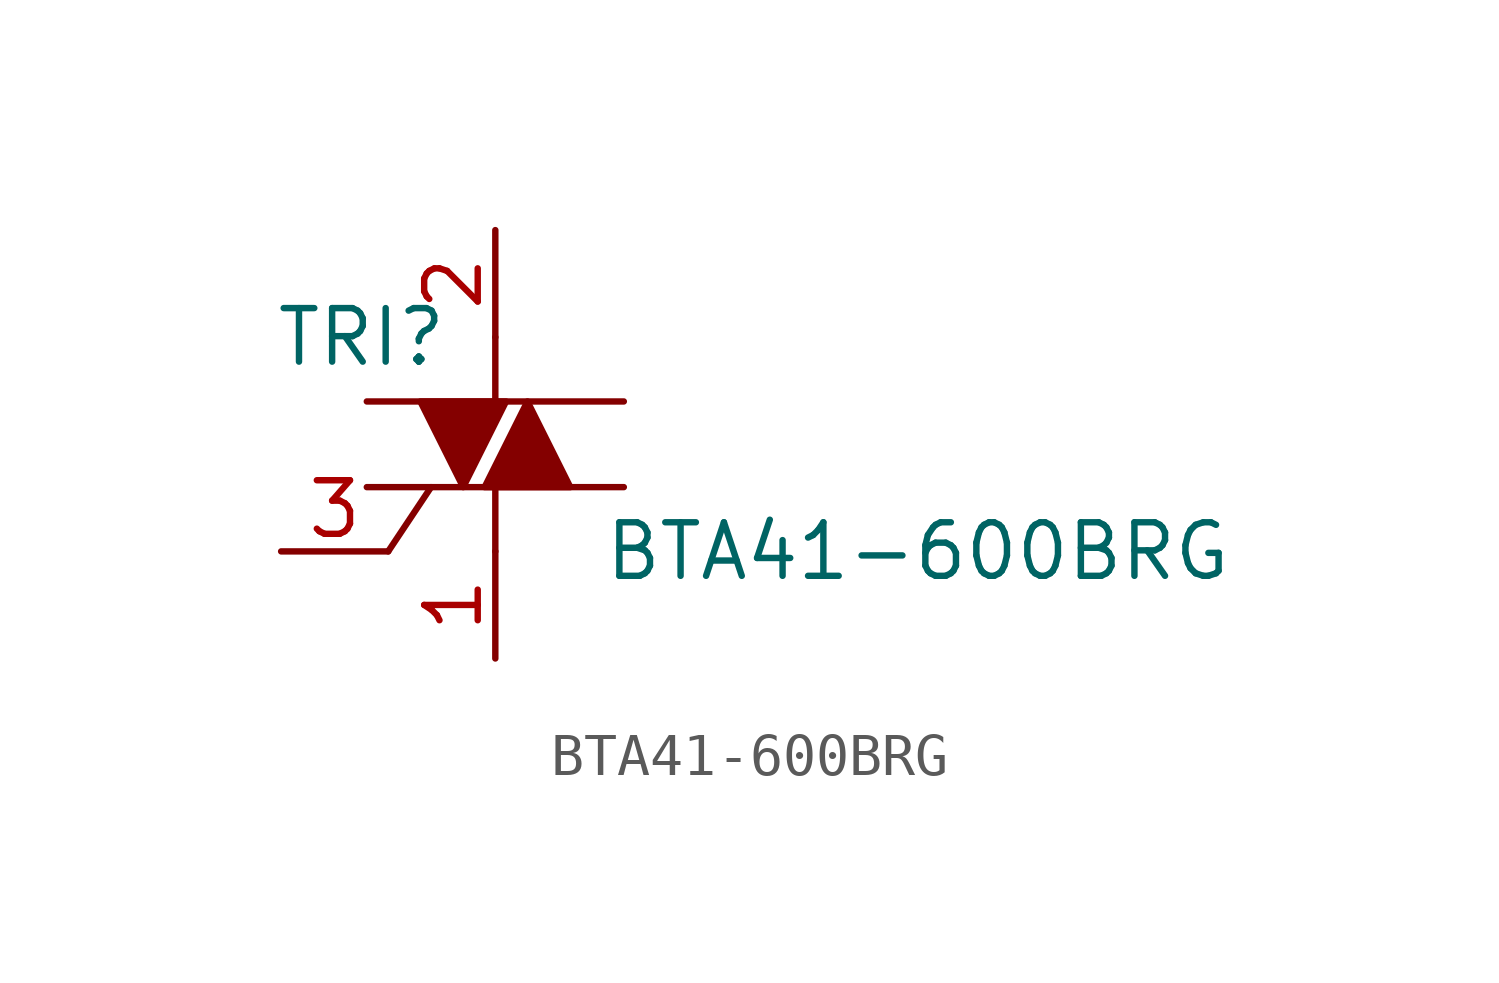
<source format=kicad_sym>
(kicad_symbol_lib
  (version 20220914)
  (generator kicad_symbol_editor)
  (symbol "BTA41-600BRG"
    (pin_names
      (offset 0) hide)
    (property "Reference" "TRI"
      (at -3.175 2.54 0)
      (effects (font (size 1.27 1.27))))
    (property "Value" "BTA41-600BRG"
      (at 2.54 -2.54 0)
      (effects (font (size 1.27 1.27)) (justify left)))
    (symbol "BTA41-600BRG_0_1"
      (polyline (pts (xy -3.048 1.016) (xy 3.048 1.016)) (stroke (width 0) (type solid)) (fill (type none)))
      (polyline (pts (xy -2.54 -2.54) (xy -1.524 -1.016)) (stroke (width 0) (type solid)) (fill (type none)))
      (polyline (pts (xy 0 -2.54) (xy 0 -1.016)) (stroke (width 0) (type solid)) (fill (type none)))
      (polyline (pts (xy 0 2.54) (xy 0 1.016)) (stroke (width 0) (type solid)) (fill (type none)))
      (polyline (pts (xy 3.048 -1.016) (xy -3.048 -1.016)) (stroke (width 0) (type solid)) (fill (type none)))
      (polyline (pts (xy -0.762 -1.016) (xy -1.778 1.016) (xy 0.254 1.016) (xy -0.762 -1.016)) (stroke (width 0) (type solid)) (fill (type outline)))
      (polyline (pts (xy 0.762 1.016) (xy -0.254 -1.016) (xy 1.778 -1.016) (xy 0.762 1.016)) (stroke (width 0) (type solid)) (fill (type outline))))
    (symbol "BTA41-600BRG_1_1"
      (pin passive line (at 0 -5.08 90) (length 2.54) (name "A1" (effects (font (size 1.27 1.27)))) (number "1" (effects (font (size 1.27 1.27)))))
      (pin passive line (at 0 5.08 270) (length 2.54) (name "A2" (effects (font (size 1.27 1.27)))) (number "2" (effects (font (size 1.27 1.27)))))
      (pin input line (at -5.08 -2.54 0) (length 2.54) (name "G" (effects (font (size 1.27 1.27)))) (number "3" (effects (font (size 1.27 1.27))))))))
</source>
